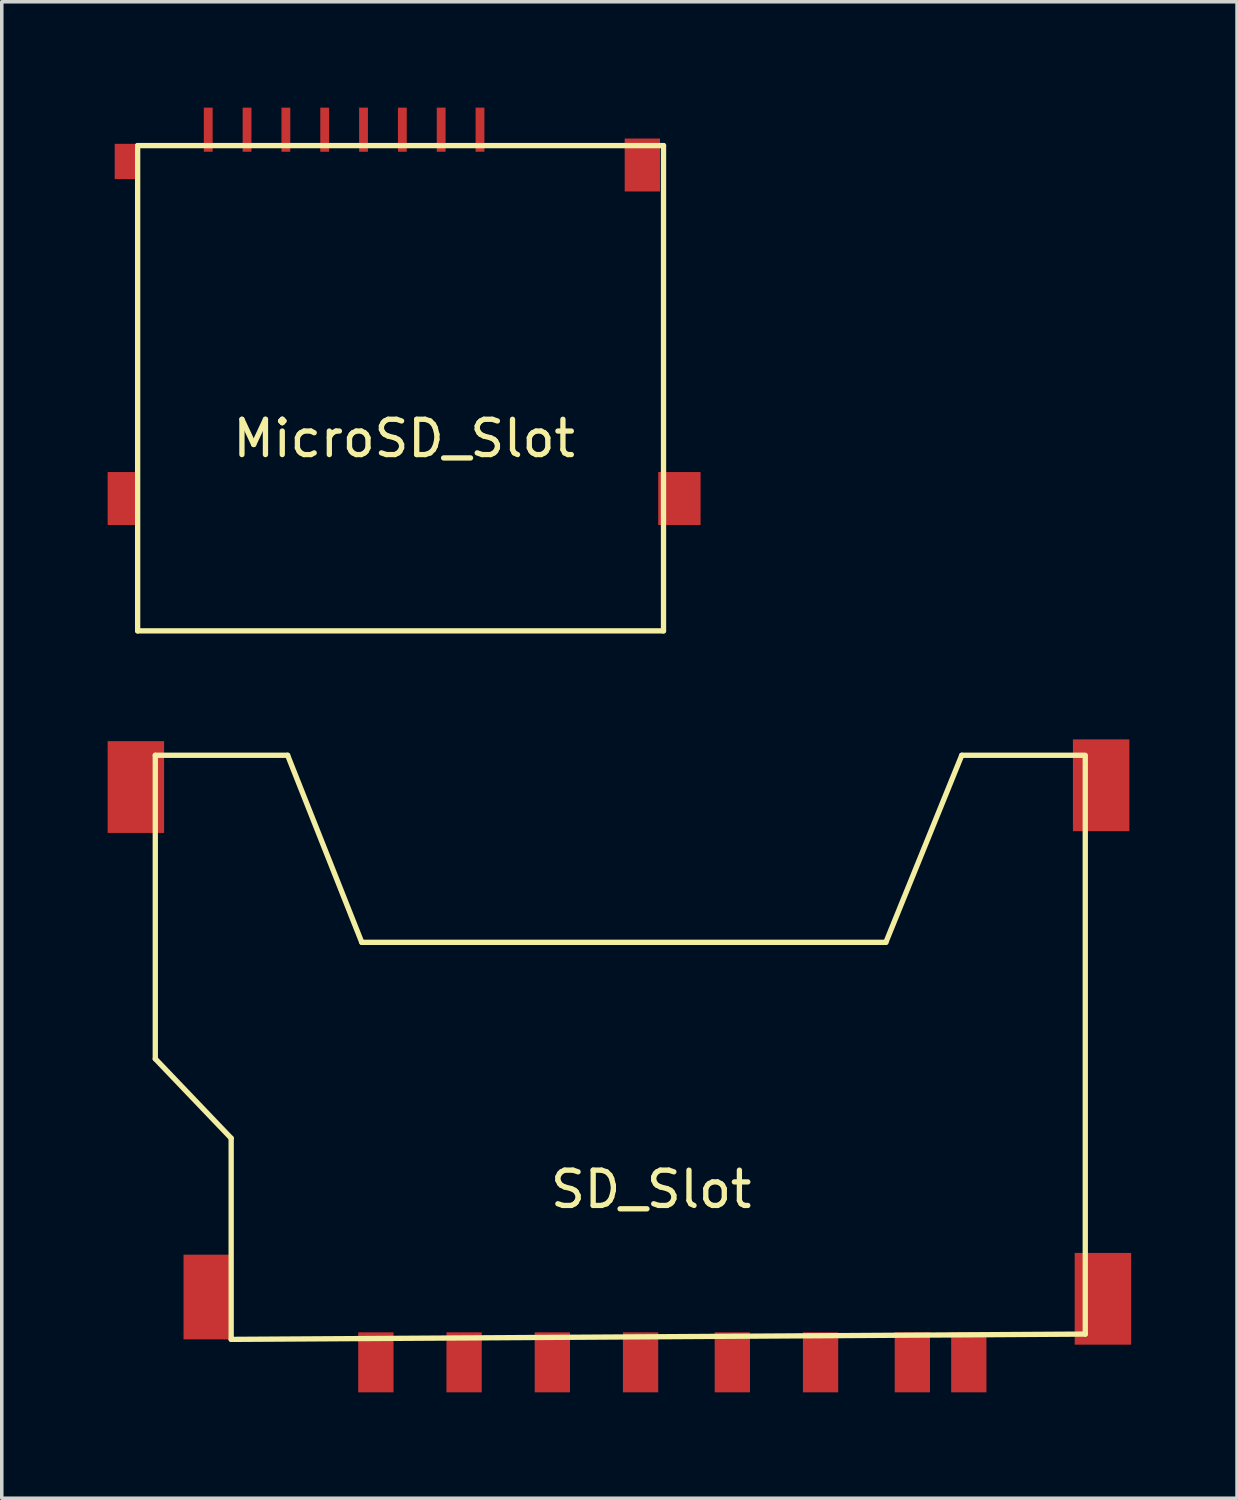
<source format=kicad_pcb>
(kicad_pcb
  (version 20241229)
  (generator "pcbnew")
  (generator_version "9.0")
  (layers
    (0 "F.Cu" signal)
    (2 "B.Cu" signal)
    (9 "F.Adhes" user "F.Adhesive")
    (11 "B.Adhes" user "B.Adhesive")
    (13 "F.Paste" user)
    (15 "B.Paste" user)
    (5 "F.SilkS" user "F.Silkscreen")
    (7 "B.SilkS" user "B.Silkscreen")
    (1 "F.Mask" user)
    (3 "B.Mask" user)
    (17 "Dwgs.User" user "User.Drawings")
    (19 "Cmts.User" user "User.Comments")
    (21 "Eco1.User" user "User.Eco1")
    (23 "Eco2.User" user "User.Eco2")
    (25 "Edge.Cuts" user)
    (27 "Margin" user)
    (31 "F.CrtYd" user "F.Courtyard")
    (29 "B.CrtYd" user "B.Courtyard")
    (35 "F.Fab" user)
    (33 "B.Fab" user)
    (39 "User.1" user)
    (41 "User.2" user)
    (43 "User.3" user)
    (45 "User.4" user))
  (footprint "SD_Slot"
    (layer "F.Cu")
    (at 14.55 30.15)
    (property "Reference" "SD_Slot" (at 0.85 0.5 0) (layer "F.SilkS") (effects (font (size 1 1) (thickness 0.15))))
    (attr through_hole)
    (fp_line (start -13.2 -11.8) (end -13.2 -3.2) (stroke (width 0.15) (type solid)) (layer "F.SilkS"))
    (fp_line (start -13.2 -3.2) (end -11.05 -0.95) (stroke (width 0.15) (type solid)) (layer "F.SilkS"))
    (fp_line (start -11.05 -0.95) (end -11.05 4.75) (stroke (width 0.15) (type solid)) (layer "F.SilkS"))
    (fp_line (start -11.05 4.75) (end 13.15 4.6) (stroke (width 0.15) (type solid)) (layer "F.SilkS"))
    (fp_line (start -9.45 -11.8) (end -13.2 -11.8) (stroke (width 0.15) (type solid)) (layer "F.SilkS"))
    (fp_line (start -7.35 -6.5) (end -9.45 -11.8) (stroke (width 0.15) (type solid)) (layer "F.SilkS"))
    (fp_line (start 7.5 -6.5) (end -7.35 -6.5) (stroke (width 0.15) (type solid)) (layer "F.SilkS"))
    (fp_line (start 9.65 -11.8) (end 7.5 -6.5) (stroke (width 0.15) (type solid)) (layer "F.SilkS"))
    (fp_line (start 13.15 -11.8) (end 9.65 -11.8) (stroke (width 0.15) (type solid)) (layer "F.SilkS"))
    (fp_line (start 13.15 4.6) (end 13.15 -11.75) (stroke (width 0.15) (type solid)) (layer "F.SilkS"))
    (pad "" smd rect (at -13.75 -10.9 180) (size 1.6 2.6) (layers "F.Cu" "F.Mask" "F.Paste"))
    (pad "" smd rect (at -11.75 3.55 180) (size 1.3 2.4) (layers "F.Cu" "F.Mask" "F.Paste"))
    (pad "" smd rect (at 13.6 -10.95 180) (size 1.6 2.6) (layers "F.Cu" "F.Mask" "F.Paste"))
    (pad "" smd rect (at 13.65 3.6 180) (size 1.6 2.6) (layers "F.Cu" "F.Mask" "F.Paste"))
    (pad "1" smd rect (at 9.85 5.4 180) (size 1 1.7) (layers "F.Cu" "F.Mask" "F.Paste"))
    (pad "2" smd rect (at 8.25 5.4 180) (size 1 1.7) (layers "F.Cu" "F.Mask" "F.Paste"))
    (pad "3" smd rect (at 5.65 5.4 180) (size 1 1.7) (layers "F.Cu" "F.Mask" "F.Paste"))
    (pad "4" smd rect (at 3.15 5.4 180) (size 1 1.7) (layers "F.Cu" "F.Mask" "F.Paste"))
    (pad "5" smd rect (at 0.55 5.4 180) (size 1 1.7) (layers "F.Cu" "F.Mask" "F.Paste"))
    (pad "6" smd rect (at -1.95 5.4 180) (size 1 1.7) (layers "F.Cu" "F.Mask" "F.Paste"))
    (pad "7" smd rect (at -4.45 5.4 180) (size 1 1.7) (layers "F.Cu" "F.Mask" "F.Paste"))
    (pad "8" smd rect (at -6.95 5.4 180) (size 1 1.7) (layers "F.Cu" "F.Mask" "F.Paste")))
  (footprint "MicroSD_Slot"
    (layer "F.Cu")
    (at 11.9 7.725)
    (property "Reference" "MicroSD_Slot" (at -3.5 1.65 0) (layer "F.SilkS") (effects (font (size 1 1) (thickness 0.15))))
    (attr through_hole)
    (fp_line (start -11.05 -6.65) (end -11.05 7.1) (stroke (width 0.15) (type solid)) (layer "F.SilkS"))
    (fp_line (start -11.05 7.1) (end 3.85 7.1) (stroke (width 0.15) (type solid)) (layer "F.SilkS"))
    (fp_line (start 3.85 -6.65) (end -11.05 -6.65) (stroke (width 0.15) (type solid)) (layer "F.SilkS"))
    (fp_line (start 3.85 7.1) (end 3.85 -6.65) (stroke (width 0.15) (type solid)) (layer "F.SilkS"))
    (pad "" smd rect (at -11.5 3.35 180) (size 0.8 1.5) (layers "F.Cu" "F.Mask" "F.Paste"))
    (pad "" smd rect (at -11.4 -6.2 180) (size 0.6 1) (layers "F.Cu" "F.Mask" "F.Paste"))
    (pad "" smd rect (at 3.25 -6.1 180) (size 1 1.5) (layers "F.Cu" "F.Mask" "F.Paste"))
    (pad "" smd rect (at 4.3 3.35 180) (size 1.2 1.5) (layers "F.Cu" "F.Mask" "F.Paste"))
    (pad "1" smd rect (at -1.35 -7.1 180) (size 0.25 1.25) (layers "F.Cu" "F.Mask" "F.Paste"))
    (pad "2" smd rect (at -2.45 -7.1 180) (size 0.25 1.25) (layers "F.Cu" "F.Mask" "F.Paste"))
    (pad "3" smd rect (at -3.55 -7.1 180) (size 0.25 1.25) (layers "F.Cu" "F.Mask" "F.Paste"))
    (pad "4" smd rect (at -4.65 -7.1 180) (size 0.25 1.25) (layers "F.Cu" "F.Mask" "F.Paste"))
    (pad "5" smd rect (at -5.75 -7.1 180) (size 0.25 1.25) (layers "F.Cu" "F.Mask" "F.Paste"))
    (pad "6" smd rect (at -6.85 -7.1 180) (size 0.25 1.25) (layers "F.Cu" "F.Mask" "F.Paste"))
    (pad "7" smd rect (at -7.95 -7.1 180) (size 0.25 1.25) (layers "F.Cu" "F.Mask" "F.Paste"))
    (pad "8" smd rect (at -9.05 -7.1 180) (size 0.25 1.25) (layers "F.Cu" "F.Mask" "F.Paste")))
  (gr_rect
    (start -3 -3)
    (end 32 39.4)
    (stroke (width 0.1) (type default))
    (fill no)
    (layer "Edge.Cuts")))
</source>
